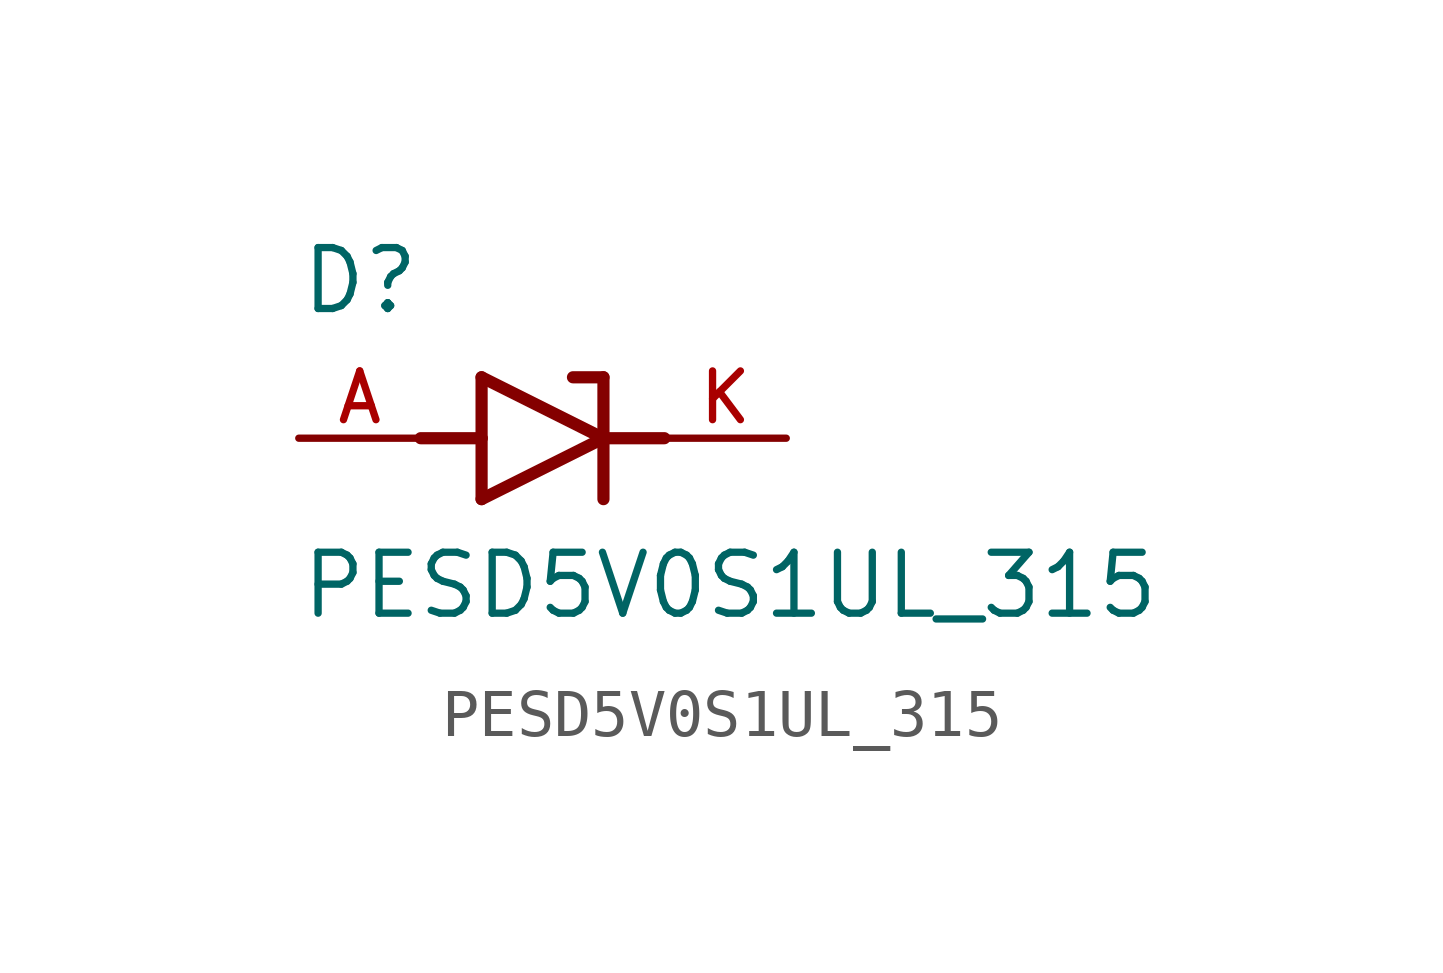
<source format=kicad_sym>
(kicad_symbol_lib
  (version 20211014)
  (generator kicad_symbol_editor)
  (symbol "PESD5V0S1UL_315"
    (pin_names
      (offset 1.016))
    (property "Reference" "D"
      (at -5.08 2.54 0)
      (effects (font (size 1.27 1.27)) (justify bottom left)))
    (property "Value" "PESD5V0S1UL_315"
      (at -5.08 -3.81 0)
      (effects (font (size 1.27 1.27)) (justify bottom left)))
    (symbol "PESD5V0S1UL_315_0_0"
      (polyline (pts (xy -1.27 -1.27) (xy 1.27 0.0)) (stroke (width 0.254)))
      (polyline (pts (xy 1.27 0.0) (xy -1.27 1.27)) (stroke (width 0.254)))
      (polyline (pts (xy 0.635 1.27) (xy 1.27 1.27)) (stroke (width 0.254)))
      (polyline (pts (xy 1.27 1.27) (xy 1.27 0.0)) (stroke (width 0.254)))
      (polyline (pts (xy -1.27 1.27) (xy -1.27 0.0)) (stroke (width 0.254)))
      (polyline (pts (xy -1.27 0.0) (xy -1.27 -1.27)) (stroke (width 0.254)))
      (polyline (pts (xy 1.27 0.0) (xy 1.27 -1.27)) (stroke (width 0.254)))
      (polyline (pts (xy -2.54 0.0) (xy -1.27 0.0)) (stroke (width 0.254)))
      (polyline (pts (xy 2.54 0.0) (xy 1.27 0.0)) (stroke (width 0.254)))
      (pin passive line (at 5.08 0.0 180.0) (length 2.54) (name "~" (effects (font (size 1.016 1.016)))) (number "K" (effects (font (size 1.016 1.016)))))
      (pin passive line (at -5.08 0.0 0) (length 2.54) (name "~" (effects (font (size 1.016 1.016)))) (number "A" (effects (font (size 1.016 1.016))))))))
</source>
